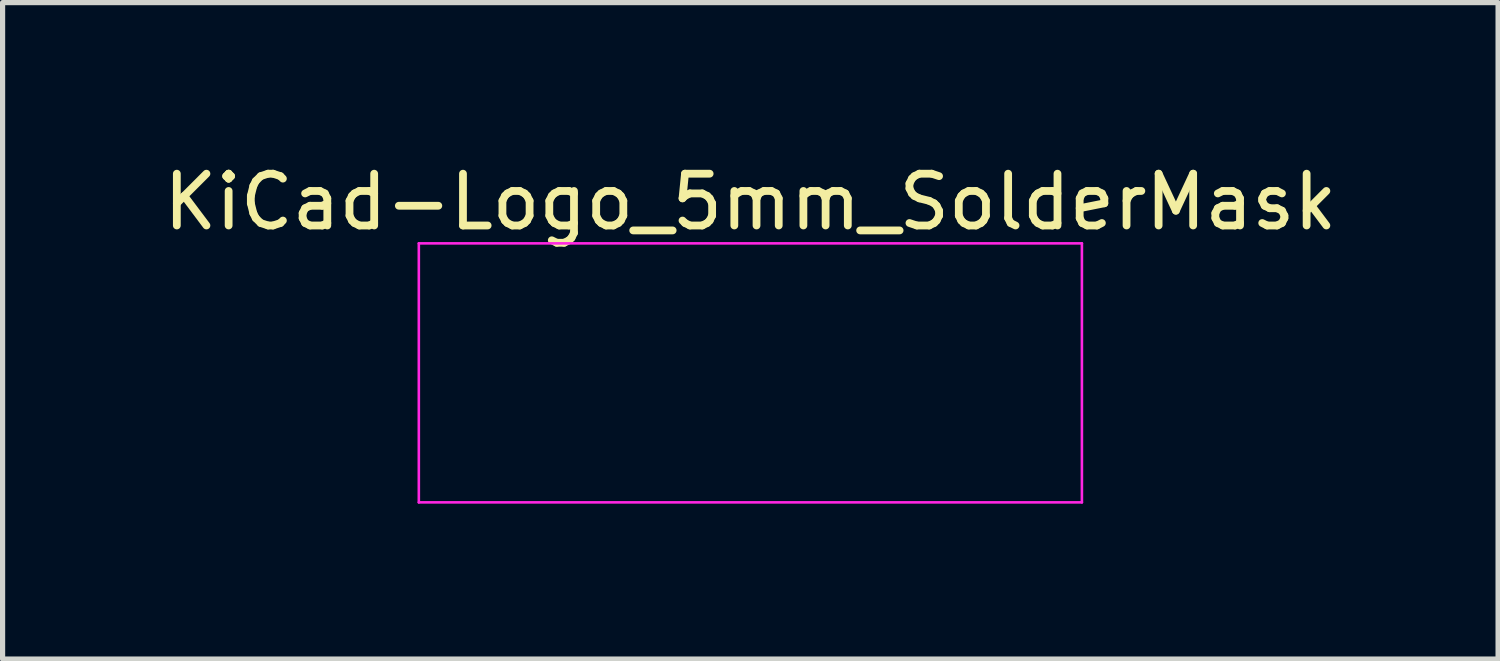
<source format=kicad_pcb>
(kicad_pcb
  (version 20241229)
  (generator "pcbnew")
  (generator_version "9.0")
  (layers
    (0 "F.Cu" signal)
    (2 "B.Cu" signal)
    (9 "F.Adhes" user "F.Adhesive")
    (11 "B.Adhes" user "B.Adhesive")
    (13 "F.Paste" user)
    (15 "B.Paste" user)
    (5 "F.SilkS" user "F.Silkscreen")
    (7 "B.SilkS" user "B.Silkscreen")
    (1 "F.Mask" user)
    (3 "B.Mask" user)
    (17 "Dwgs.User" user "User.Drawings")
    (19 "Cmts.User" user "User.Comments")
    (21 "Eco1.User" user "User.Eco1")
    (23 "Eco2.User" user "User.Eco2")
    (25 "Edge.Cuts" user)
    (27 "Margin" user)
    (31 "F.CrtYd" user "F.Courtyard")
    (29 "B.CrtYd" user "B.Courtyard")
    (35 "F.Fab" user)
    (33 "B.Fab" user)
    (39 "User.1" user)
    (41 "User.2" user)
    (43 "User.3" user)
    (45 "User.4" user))
  (footprint "KiCad-Logo_5mm_SolderMask"
    (layer "F.Cu")
    (at 11.435 4.648)
    (property "Reference" "KiCad-Logo_5mm_SolderMask" (at 0 -3.8 0) (layer "F.SilkS") (effects (font (size 1 1) (thickness 0.15))))
    (attr exclude_from_pos_files exclude_from_bom)
    (fp_poly (pts (xy -2.273 -2.973) (xy -2.177 -2.949) (xy -2.09 -2.906) (xy -2.015 -2.847) (xy -1.954 -2.772) (xy -1.909 -2.683) (xy -1.883 -2.586) (xy -1.877 -2.489) (xy -1.892 -2.395) (xy -1.926 -2.307) (xy -1.977 -2.228) (xy -2.042 -2.16) (xy -2.121 -2.106) (xy -2.212 -2.068) (xy -2.263 -2.056) (xy -2.308 -2.048) (xy -2.342 -2.045) (xy -2.375 -2.047) (xy -2.415 -2.054) (xy -2.449 -2.061) (xy -2.542 -2.092) (xy -2.626 -2.143) (xy -2.698 -2.213) (xy -2.756 -2.298) (xy -2.77 -2.326) (xy -2.787 -2.362) (xy -2.797 -2.392) (xy -2.802 -2.425) (xy -2.805 -2.466) (xy -2.805 -2.512) (xy -2.801 -2.596) (xy -2.787 -2.665) (xy -2.762 -2.726) (xy -2.723 -2.784) (xy -2.684 -2.829) (xy -2.612 -2.895) (xy -2.537 -2.94) (xy -2.455 -2.967) (xy -2.377 -2.977) (xy -2.273 -2.973)) (stroke (width 0.01) (type solid)) (fill yes) (layer "F.Mask"))
    (fp_poly (pts (xy 0.328 -2.051) (xy 0.489 -2.03) (xy 0.653 -1.99) (xy 0.822 -1.93) (xy 1 -1.851) (xy 1.011 -1.845) (xy 1.069 -1.817) (xy 1.121 -1.793) (xy 1.162 -1.775) (xy 1.19 -1.764) (xy 1.2 -1.761) (xy 1.219 -1.756) (xy 1.224 -1.752) (xy 1.218 -1.741) (xy 1.202 -1.715) (xy 1.177 -1.676) (xy 1.145 -1.626) (xy 1.107 -1.569) (xy 1.066 -1.507) (xy 1.023 -1.442) (xy 0.98 -1.379) (xy 0.939 -1.319) (xy 0.902 -1.265) (xy 0.871 -1.22) (xy 0.847 -1.186) (xy 0.832 -1.167) (xy 0.83 -1.165) (xy 0.82 -1.17) (xy 0.798 -1.187) (xy 0.767 -1.214) (xy 0.752 -1.228) (xy 0.655 -1.303) (xy 0.548 -1.359) (xy 0.433 -1.394) (xy 0.31 -1.408) (xy 0.241 -1.407) (xy 0.119 -1.39) (xy 0.01 -1.354) (xy -0.087 -1.299) (xy -0.174 -1.225) (xy -0.249 -1.131) (xy -0.314 -1.018) (xy -0.351 -0.931) (xy -0.395 -0.796) (xy -0.428 -0.648) (xy -0.448 -0.493) (xy -0.458 -0.333) (xy -0.456 -0.173) (xy -0.443 -0.016) (xy -0.419 0.133) (xy -0.384 0.271) (xy -0.338 0.395) (xy -0.322 0.429) (xy -0.253 0.543) (xy -0.173 0.64) (xy -0.081 0.718) (xy 0.02 0.777) (xy 0.13 0.816) (xy 0.247 0.834) (xy 0.289 0.835) (xy 0.41 0.824) (xy 0.531 0.791) (xy 0.649 0.737) (xy 0.762 0.663) (xy 0.854 0.585) (xy 0.9 0.54) (xy 1.081 0.837) (xy 1.127 0.911) (xy 1.168 0.98) (xy 1.204 1.039) (xy 1.233 1.088) (xy 1.254 1.124) (xy 1.265 1.144) (xy 1.266 1.147) (xy 1.258 1.157) (xy 1.233 1.174) (xy 1.193 1.197) (xy 1.142 1.225) (xy 1.084 1.255) (xy 1.021 1.287) (xy 0.958 1.318) (xy 0.896 1.346) (xy 0.839 1.371) (xy 0.791 1.391) (xy 0.768 1.399) (xy 0.634 1.437) (xy 0.496 1.462) (xy 0.349 1.475) (xy 0.222 1.477) (xy 0.154 1.476) (xy 0.088 1.474) (xy 0.031 1.471) (xy -0.013 1.468) (xy -0.027 1.466) (xy -0.166 1.438) (xy -0.307 1.392) (xy -0.445 1.334) (xy -0.572 1.264) (xy -0.649 1.211) (xy -0.777 1.103) (xy -0.895 0.977) (xy -1.002 0.835) (xy -1.095 0.681) (xy -1.173 0.518) (xy -1.217 0.401) (xy -1.267 0.217) (xy -1.301 0.023) (xy -1.318 -0.179) (xy -1.318 -0.382) (xy -1.301 -0.584) (xy -1.268 -0.781) (xy -1.217 -0.967) (xy -1.214 -0.978) (xy -1.151 -1.14) (xy -1.074 -1.288) (xy -0.981 -1.426) (xy -0.868 -1.558) (xy -0.825 -1.604) (xy -0.688 -1.728) (xy -0.549 -1.83) (xy -0.403 -1.912) (xy -0.249 -1.975) (xy -0.084 -2.02) (xy 0.011 -2.038) (xy 0.17 -2.054) (xy 0.328 -2.051)) (stroke (width 0.01) (type solid)) (fill yes) (layer "F.Mask"))
    (fp_poly (pts (xy 6.187 -0.528) (xy 6.187 -0.293) (xy 6.187 -0.08) (xy 6.187 0.112) (xy 6.187 0.285) (xy 6.187 0.441) (xy 6.188 0.579) (xy 6.188 0.701) (xy 6.189 0.808) (xy 6.19 0.901) (xy 6.192 0.982) (xy 6.194 1.051) (xy 6.196 1.11) (xy 6.198 1.159) (xy 6.202 1.2) (xy 6.205 1.234) (xy 6.21 1.262) (xy 6.214 1.285) (xy 6.22 1.304) (xy 6.226 1.321) (xy 6.233 1.335) (xy 6.24 1.349) (xy 6.249 1.364) (xy 6.254 1.373) (xy 6.288 1.434) (xy 5.43 1.434) (xy 5.43 1.338) (xy 5.429 1.294) (xy 5.427 1.261) (xy 5.424 1.243) (xy 5.423 1.242) (xy 5.412 1.249) (xy 5.389 1.267) (xy 5.366 1.286) (xy 5.312 1.327) (xy 5.242 1.368) (xy 5.165 1.405) (xy 5.088 1.435) (xy 5.057 1.445) (xy 4.989 1.46) (xy 4.906 1.47) (xy 4.816 1.475) (xy 4.728 1.474) (xy 4.649 1.469) (xy 4.612 1.463) (xy 4.473 1.425) (xy 4.346 1.367) (xy 4.23 1.29) (xy 4.127 1.195) (xy 4.036 1.081) (xy 3.969 0.97) (xy 3.914 0.854) (xy 3.872 0.734) (xy 3.842 0.608) (xy 3.823 0.472) (xy 3.815 0.32) (xy 3.814 0.243) (xy 3.816 0.186) (xy 4.645 0.186) (xy 4.645 0.279) (xy 4.648 0.367) (xy 4.654 0.444) (xy 4.662 0.505) (xy 4.665 0.517) (xy 4.697 0.625) (xy 4.738 0.712) (xy 4.79 0.779) (xy 4.853 0.826) (xy 4.926 0.853) (xy 5.011 0.862) (xy 5.107 0.851) (xy 5.17 0.835) (xy 5.219 0.817) (xy 5.274 0.791) (xy 5.314 0.767) (xy 5.385 0.721) (xy 5.385 -0.429) (xy 5.317 -0.473) (xy 5.239 -0.514) (xy 5.155 -0.541) (xy 5.07 -0.553) (xy 4.988 -0.549) (xy 4.915 -0.53) (xy 4.883 -0.515) (xy 4.826 -0.472) (xy 4.777 -0.415) (xy 4.735 -0.342) (xy 4.701 -0.252) (xy 4.672 -0.141) (xy 4.671 -0.135) (xy 4.66 -0.073) (xy 4.653 0.005) (xy 4.648 0.093) (xy 4.645 0.186) (xy 3.816 0.186) (xy 3.822 0.03) (xy 3.844 -0.166) (xy 3.88 -0.345) (xy 3.93 -0.506) (xy 3.994 -0.65) (xy 4.071 -0.777) (xy 4.163 -0.886) (xy 4.268 -0.977) (xy 4.314 -1.008) (xy 4.415 -1.064) (xy 4.518 -1.104) (xy 4.628 -1.128) (xy 4.749 -1.138) (xy 4.842 -1.137) (xy 4.971 -1.126) (xy 5.084 -1.104) (xy 5.183 -1.07) (xy 5.271 -1.024) (xy 5.32 -0.99) (xy 5.349 -0.968) (xy 5.371 -0.953) (xy 5.379 -0.948) (xy 5.381 -0.959) (xy 5.382 -0.99) (xy 5.383 -1.037) (xy 5.384 -1.1) (xy 5.384 -1.173) (xy 5.384 -1.256) (xy 5.384 -1.344) (xy 5.384 -1.436) (xy 5.383 -1.528) (xy 5.382 -1.618) (xy 5.381 -1.704) (xy 5.38 -1.781) (xy 5.379 -1.848) (xy 5.377 -1.902) (xy 5.375 -1.94) (xy 5.375 -1.947) (xy 5.367 -2.018) (xy 5.356 -2.073) (xy 5.338 -2.12) (xy 5.312 -2.166) (xy 5.305 -2.176) (xy 5.281 -2.213) (xy 6.186 -2.213) (xy 6.187 -0.528)) (stroke (width 0.01) (type solid)) (fill yes) (layer "F.Mask"))
    (fp_poly (pts (xy 2.674 -1.133) (xy 2.825 -1.113) (xy 2.961 -1.08) (xy 3.08 -1.032) (xy 3.185 -0.971) (xy 3.262 -0.907) (xy 3.331 -0.833) (xy 3.385 -0.753) (xy 3.428 -0.661) (xy 3.443 -0.618) (xy 3.456 -0.579) (xy 3.467 -0.543) (xy 3.477 -0.508) (xy 3.485 -0.472) (xy 3.492 -0.433) (xy 3.498 -0.39) (xy 3.503 -0.34) (xy 3.507 -0.283) (xy 3.51 -0.215) (xy 3.513 -0.136) (xy 3.515 -0.043) (xy 3.517 0.066) (xy 3.518 0.192) (xy 3.52 0.337) (xy 3.521 0.48) (xy 3.522 0.636) (xy 3.524 0.771) (xy 3.525 0.887) (xy 3.526 0.986) (xy 3.528 1.068) (xy 3.53 1.136) (xy 3.532 1.192) (xy 3.535 1.236) (xy 3.539 1.271) (xy 3.544 1.299) (xy 3.55 1.321) (xy 3.557 1.338) (xy 3.565 1.352) (xy 3.574 1.366) (xy 3.585 1.38) (xy 3.59 1.385) (xy 3.605 1.408) (xy 3.612 1.423) (xy 3.612 1.424) (xy 3.602 1.426) (xy 3.571 1.428) (xy 3.522 1.43) (xy 3.458 1.431) (xy 3.382 1.433) (xy 3.295 1.433) (xy 3.2 1.434) (xy 3.19 1.434) (xy 2.767 1.434) (xy 2.763 1.338) (xy 2.76 1.242) (xy 2.698 1.293) (xy 2.601 1.36) (xy 2.491 1.415) (xy 2.404 1.445) (xy 2.335 1.46) (xy 2.252 1.47) (xy 2.162 1.475) (xy 2.074 1.474) (xy 1.995 1.468) (xy 1.959 1.463) (xy 1.819 1.425) (xy 1.692 1.37) (xy 1.58 1.299) (xy 1.484 1.213) (xy 1.404 1.112) (xy 1.341 0.997) (xy 1.296 0.871) (xy 1.284 0.814) (xy 1.276 0.752) (xy 1.273 0.677) (xy 1.272 0.643) (xy 1.272 0.64) (xy 2.032 0.64) (xy 2.042 0.715) (xy 2.07 0.779) (xy 2.118 0.835) (xy 2.123 0.839) (xy 2.172 0.874) (xy 2.223 0.897) (xy 2.284 0.909) (xy 2.359 0.911) (xy 2.377 0.911) (xy 2.431 0.908) (xy 2.471 0.903) (xy 2.506 0.893) (xy 2.545 0.876) (xy 2.556 0.871) (xy 2.616 0.835) (xy 2.663 0.792) (xy 2.676 0.777) (xy 2.721 0.72) (xy 2.721 0.525) (xy 2.72 0.446) (xy 2.718 0.388) (xy 2.715 0.349) (xy 2.711 0.327) (xy 2.707 0.32) (xy 2.691 0.317) (xy 2.657 0.314) (xy 2.61 0.313) (xy 2.555 0.312) (xy 2.546 0.312) (xy 2.425 0.317) (xy 2.323 0.333) (xy 2.236 0.361) (xy 2.164 0.401) (xy 2.109 0.448) (xy 2.064 0.506) (xy 2.039 0.569) (xy 2.032 0.64) (xy 1.272 0.64) (xy 1.274 0.55) (xy 1.283 0.471) (xy 1.299 0.4) (xy 1.324 0.329) (xy 1.348 0.276) (xy 1.407 0.181) (xy 1.485 0.093) (xy 1.58 0.014) (xy 1.69 -0.055) (xy 1.813 -0.111) (xy 1.945 -0.154) (xy 2.009 -0.169) (xy 2.146 -0.191) (xy 2.294 -0.206) (xy 2.446 -0.212) (xy 2.572 -0.211) (xy 2.734 -0.204) (xy 2.727 -0.263) (xy 2.707 -0.362) (xy 2.676 -0.443) (xy 2.632 -0.506) (xy 2.575 -0.551) (xy 2.503 -0.58) (xy 2.416 -0.594) (xy 2.313 -0.591) (xy 2.275 -0.587) (xy 2.134 -0.562) (xy 1.997 -0.521) (xy 1.902 -0.483) (xy 1.857 -0.464) (xy 1.819 -0.448) (xy 1.792 -0.439) (xy 1.785 -0.437) (xy 1.775 -0.446) (xy 1.758 -0.475) (xy 1.734 -0.524) (xy 1.703 -0.594) (xy 1.665 -0.684) (xy 1.658 -0.7) (xy 1.628 -0.772) (xy 1.601 -0.838) (xy 1.578 -0.893) (xy 1.561 -0.936) (xy 1.55 -0.963) (xy 1.547 -0.972) (xy 1.557 -0.977) (xy 1.583 -0.982) (xy 1.611 -0.986) (xy 1.642 -0.991) (xy 1.689 -1) (xy 1.751 -1.013) (xy 1.821 -1.029) (xy 1.896 -1.047) (xy 1.925 -1.054) (xy 2.03 -1.08) (xy 2.117 -1.1) (xy 2.192 -1.115) (xy 2.258 -1.126) (xy 2.319 -1.133) (xy 2.381 -1.138) (xy 2.446 -1.14) (xy 2.504 -1.14) (xy 2.674 -1.133)) (stroke (width 0.01) (type solid)) (fill yes) (layer "F.Mask"))
    (fp_poly (pts (xy -2.946 -2.511) (xy -2.936 -2.397) (xy -2.904 -2.289) (xy -2.853 -2.19) (xy -2.784 -2.102) (xy -2.699 -2.027) (xy -2.602 -1.97) (xy -2.496 -1.93) (xy -2.389 -1.911) (xy -2.283 -1.913) (xy -2.181 -1.932) (xy -2.085 -1.969) (xy -1.996 -2.021) (xy -1.917 -2.087) (xy -1.849 -2.167) (xy -1.796 -2.258) (xy -1.759 -2.359) (xy -1.74 -2.47) (xy -1.738 -2.52) (xy -1.738 -2.608) (xy -1.687 -2.608) (xy -1.65 -2.605) (xy -1.623 -2.593) (xy -1.596 -2.569) (xy -1.558 -2.531) (xy -1.558 -0.339) (xy -1.558 -0.077) (xy -1.558 0.163) (xy -1.558 0.383) (xy -1.558 0.583) (xy -1.558 0.764) (xy -1.558 0.928) (xy -1.559 1.074) (xy -1.559 1.205) (xy -1.559 1.32) (xy -1.56 1.421) (xy -1.561 1.509) (xy -1.561 1.585) (xy -1.562 1.65) (xy -1.563 1.704) (xy -1.564 1.749) (xy -1.565 1.786) (xy -1.567 1.815) (xy -1.568 1.837) (xy -1.57 1.854) (xy -1.572 1.866) (xy -1.574 1.874) (xy -1.576 1.88) (xy -1.577 1.882) (xy -1.581 1.889) (xy -1.585 1.895) (xy -1.589 1.901) (xy -1.594 1.906) (xy -1.601 1.911) (xy -1.611 1.916) (xy -1.625 1.92) (xy -1.645 1.923) (xy -1.669 1.926) (xy -1.701 1.929) (xy -1.741 1.931) (xy -1.789 1.934) (xy -1.846 1.935) (xy -1.914 1.937) (xy -1.994 1.938) (xy -2.085 1.939) (xy -2.19 1.94) (xy -2.309 1.94) (xy -2.443 1.941) (xy -2.593 1.941) (xy -2.76 1.941) (xy -2.945 1.942) (xy -3.149 1.942) (xy -3.372 1.942) (xy -3.616 1.941) (xy -3.881 1.941) (xy -3.92 1.941) (xy -4.187 1.941) (xy -4.432 1.941) (xy -4.657 1.941) (xy -4.861 1.941) (xy -5.047 1.941) (xy -5.215 1.941) (xy -5.366 1.94) (xy -5.501 1.94) (xy -5.62 1.939) (xy -5.725 1.939) (xy -5.817 1.938) (xy -5.896 1.938) (xy -5.964 1.937) (xy -6.021 1.936) (xy -6.069 1.935) (xy -6.107 1.933) (xy -6.138 1.932) (xy -6.162 1.931) (xy -6.18 1.929) (xy -6.192 1.927) (xy -6.201 1.925) (xy -6.205 1.923) (xy -6.214 1.92) (xy -6.221 1.917) (xy -6.229 1.915) (xy -6.235 1.911) (xy -6.241 1.906) (xy -6.246 1.897) (xy -6.251 1.885) (xy -6.255 1.869) (xy -6.259 1.846) (xy -6.262 1.818) (xy -6.265 1.781) (xy -6.268 1.737) (xy -6.27 1.683) (xy -6.271 1.618) (xy -6.273 1.543) (xy -6.274 1.455) (xy -6.275 1.354) (xy -6.276 1.239) (xy -6.276 1.11) (xy -6.276 0.964) (xy -6.277 0.802) (xy -6.277 0.621) (xy -6.277 0.422) (xy -6.277 0.204) (xy -6.277 -0.035) (xy -6.277 -0.296) (xy -6.277 -0.338) (xy -6.277 -0.601) (xy -6.277 -0.842) (xy -6.277 -1.063) (xy -6.277 -1.264) (xy -6.277 -1.446) (xy -6.276 -1.61) (xy -6.276 -1.757) (xy -6.276 -1.888) (xy -6.275 -1.998) (xy -5.972 -1.998) (xy -5.932 -1.94) (xy -5.921 -1.925) (xy -5.911 -1.911) (xy -5.902 -1.897) (xy -5.894 -1.883) (xy -5.887 -1.868) (xy -5.881 -1.849) (xy -5.875 -1.826) (xy -5.871 -1.798) (xy -5.867 -1.764) (xy -5.863 -1.722) (xy -5.861 -1.67) (xy -5.858 -1.609) (xy -5.857 -1.537) (xy -5.855 -1.452) (xy -5.855 -1.354) (xy -5.854 -1.24) (xy -5.853 -1.111) (xy -5.853 -0.965) (xy -5.853 -0.8) (xy -5.853 -0.616) (xy -5.853 -0.41) (xy -5.853 -0.288) (xy -5.853 -0.071) (xy -5.853 0.125) (xy -5.853 0.3) (xy -5.853 0.456) (xy -5.854 0.595) (xy -5.854 0.717) (xy -5.855 0.823) (xy -5.856 0.915) (xy -5.857 0.994) (xy -5.859 1.062) (xy -5.862 1.118) (xy -5.865 1.165) (xy -5.868 1.204) (xy -5.872 1.235) (xy -5.877 1.261) (xy -5.883 1.282) (xy -5.89 1.299) (xy -5.897 1.314) (xy -5.906 1.327) (xy -5.915 1.341) (xy -5.925 1.356) (xy -5.932 1.365) (xy -5.97 1.422) (xy -5.439 1.422) (xy -5.315 1.422) (xy -5.213 1.422) (xy -5.129 1.422) (xy -5.063 1.421) (xy -5.012 1.42) (xy -4.974 1.419) (xy -4.948 1.417) (xy -4.932 1.415) (xy -4.923 1.412) (xy -4.921 1.408) (xy -4.923 1.404) (xy -4.925 1.403) (xy -4.95 1.366) (xy -4.976 1.313) (xy -4.999 1.251) (xy -5.007 1.224) (xy -5.012 1.206) (xy -5.016 1.185) (xy -5.019 1.159) (xy -5.022 1.126) (xy -5.024 1.083) (xy -5.026 1.028) (xy -5.028 0.96) (xy -5.029 0.877) (xy -5.03 0.775) (xy -5.031 0.654) (xy -5.032 0.61) (xy -5.033 0.484) (xy -5.033 0.38) (xy -5.034 0.295) (xy -5.034 0.227) (xy -5.034 0.174) (xy -5.033 0.135) (xy -5.031 0.107) (xy -5.029 0.09) (xy -5.027 0.081) (xy -5.023 0.078) (xy -5.019 0.08) (xy -5.015 0.085) (xy -5.004 0.098) (xy -4.982 0.127) (xy -4.95 0.17) (xy -4.909 0.225) (xy -4.861 0.289) (xy -4.808 0.362) (xy -4.751 0.44) (xy -4.691 0.521) (xy -4.631 0.603) (xy -4.572 0.685) (xy -4.514 0.763) (xy -4.461 0.836) (xy -4.413 0.902) (xy -4.373 0.959) (xy -4.341 1.004) (xy -4.318 1.035) (xy -4.314 1.041) (xy -4.291 1.078) (xy -4.264 1.126) (xy -4.239 1.176) (xy -4.236 1.183) (xy -4.214 1.231) (xy -4.201 1.268) (xy -4.196 1.304) (xy -4.194 1.346) (xy -4.195 1.422) (xy -3.041 1.422) (xy -3.132 1.329) (xy -3.179 1.279) (xy -3.229 1.222) (xy -3.275 1.168) (xy -3.295 1.143) (xy -3.326 1.103) (xy -3.366 1.05) (xy -3.414 0.985) (xy -3.47 0.909) (xy -3.532 0.825) (xy -3.599 0.733) (xy -3.669 0.636) (xy -3.743 0.535) (xy -3.817 0.432) (xy -3.892 0.328) (xy -3.966 0.225) (xy -4.038 0.125) (xy -4.106 0.029) (xy -4.17 -0.061) (xy -4.229 -0.144) (xy -4.28 -0.218) (xy -4.324 -0.28) (xy -4.359 -0.33) (xy -4.383 -0.367) (xy -4.396 -0.387) (xy -4.398 -0.391) (xy -4.39 -0.403) (xy -4.369 -0.43) (xy -4.337 -0.471) (xy -4.294 -0.525) (xy -4.243 -0.589) (xy -4.185 -0.663) (xy -4.12 -0.744) (xy -4.051 -0.831) (xy -3.979 -0.921) (xy -3.904 -1.014) (xy -3.845 -1.088) (xy -2.834 -1.088) (xy -2.828 -1.075) (xy -2.813 -1.053) (xy -2.812 -1.052) (xy -2.793 -1.021) (xy -2.774 -0.985) (xy -2.77 -0.976) (xy -2.766 -0.968) (xy -2.763 -0.958) (xy -2.76 -0.945) (xy -2.758 -0.927) (xy -2.756 -0.904) (xy -2.754 -0.873) (xy -2.753 -0.833) (xy -2.751 -0.784) (xy -2.75 -0.723) (xy -2.749 -0.649) (xy -2.749 -0.561) (xy -2.748 -0.457) (xy -2.747 -0.337) (xy -2.747 -0.198) (xy -2.746 -0.039) (xy -2.746 0.14) (xy -2.745 0.325) (xy -2.745 0.489) (xy -2.745 0.633) (xy -2.744 0.759) (xy -2.745 0.868) (xy -2.745 0.961) (xy -2.747 1.04) (xy -2.748 1.106) (xy -2.75 1.161) (xy -2.753 1.206) (xy -2.757 1.242) (xy -2.761 1.271) (xy -2.766 1.295) (xy -2.772 1.313) (xy -2.779 1.329) (xy -2.787 1.344) (xy -2.797 1.358) (xy -2.805 1.37) (xy -2.822 1.396) (xy -2.832 1.414) (xy -2.834 1.417) (xy -2.823 1.418) (xy -2.791 1.419) (xy -2.742 1.42) (xy -2.677 1.421) (xy -2.599 1.422) (xy -2.51 1.422) (xy -2.411 1.422) (xy -2.342 1.422) (xy -2.237 1.422) (xy -2.141 1.422) (xy -2.054 1.421) (xy -1.98 1.419) (xy -1.921 1.418) (xy -1.879 1.416) (xy -1.855 1.414) (xy -1.851 1.412) (xy -1.859 1.398) (xy -1.867 1.39) (xy -1.88 1.372) (xy -1.897 1.342) (xy -1.909 1.318) (xy -1.936 1.259) (xy -1.939 0.082) (xy -1.942 -1.095) (xy -2.388 -1.095) (xy -2.486 -1.095) (xy -2.576 -1.094) (xy -2.657 -1.094) (xy -2.725 -1.093) (xy -2.779 -1.092) (xy -2.815 -1.09) (xy -2.833 -1.089) (xy -2.834 -1.088) (xy -3.845 -1.088) (xy -3.829 -1.107) (xy -3.755 -1.199) (xy -3.683 -1.289) (xy -3.615 -1.374) (xy -3.551 -1.452) (xy -3.494 -1.523) (xy -3.444 -1.584) (xy -3.403 -1.633) (xy -3.386 -1.654) (xy -3.3 -1.754) (xy -3.223 -1.838) (xy -3.154 -1.906) (xy -3.091 -1.96) (xy -3.082 -1.967) (xy -3.042 -1.998) (xy -4.174 -1.998) (xy -4.169 -1.95) (xy -4.172 -1.893) (xy -4.194 -1.825) (xy -4.234 -1.745) (xy -4.279 -1.673) (xy -4.295 -1.65) (xy -4.323 -1.612) (xy -4.361 -1.562) (xy -4.408 -1.501) (xy -4.462 -1.432) (xy -4.52 -1.356) (xy -4.582 -1.276) (xy -4.646 -1.194) (xy -4.71 -1.112) (xy -4.773 -1.032) (xy -4.832 -0.957) (xy -4.887 -0.888) (xy -4.935 -0.828) (xy -4.974 -0.778) (xy -5.004 -0.742) (xy -5.022 -0.72) (xy -5.025 -0.717) (xy -5.028 -0.725) (xy -5.03 -0.755) (xy -5.032 -0.807) (xy -5.033 -0.881) (xy -5.033 -0.977) (xy -5.033 -1.094) (xy -5.032 -1.214) (xy -5.03 -1.346) (xy -5.029 -1.457) (xy -5.027 -1.551) (xy -5.024 -1.629) (xy -5.021 -1.692) (xy -5.016 -1.745) (xy -5.009 -1.788) (xy -5.002 -1.823) (xy -4.992 -1.854) (xy -4.98 -1.882) (xy -4.965 -1.91) (xy -4.95 -1.935) (xy -4.912 -1.998) (xy -5.972 -1.998) (xy -6.275 -1.998) (xy -6.275 -2.004) (xy -6.274 -2.106) (xy -6.273 -2.195) (xy -6.272 -2.272) (xy -6.27 -2.337) (xy -6.269 -2.393) (xy -6.266 -2.438) (xy -6.264 -2.475) (xy -6.261 -2.505) (xy -6.258 -2.528) (xy -6.254 -2.546) (xy -6.25 -2.559) (xy -6.245 -2.568) (xy -6.24 -2.574) (xy -6.234 -2.579) (xy -6.228 -2.582) (xy -6.222 -2.586) (xy -6.216 -2.589) (xy -6.21 -2.592) (xy -6.202 -2.594) (xy -6.19 -2.596) (xy -6.173 -2.598) (xy -6.149 -2.6) (xy -6.118 -2.601) (xy -6.079 -2.602) (xy -6.03 -2.603) (xy -5.971 -2.604) (xy -5.899 -2.605) (xy -5.815 -2.606) (xy -5.718 -2.606) (xy -5.605 -2.607) (xy -5.476 -2.607) (xy -5.33 -2.607) (xy -5.166 -2.608) (xy -4.982 -2.608) (xy -4.778 -2.608) (xy -4.567 -2.608) (xy -2.946 -2.608) (xy -2.946 -2.511)) (stroke (width 0.01) (type solid)) (fill yes) (layer "F.Mask"))
    (fp_line (start -6.4 -3) (end 6.4 -3) (stroke (width 0.05) (type solid)) (layer "F.CrtYd"))
    (fp_line (start -6.4 2) (end -6.4 -3) (stroke (width 0.05) (type solid)) (layer "F.CrtYd"))
    (fp_line (start -6.4 2) (end 6.4 2) (stroke (width 0.05) (type solid)) (layer "F.CrtYd"))
    (fp_line (start 6.4 2) (end 6.4 -3) (stroke (width 0.05) (type solid)) (layer "F.CrtYd")))
  (gr_rect
    (start -3 -3)
    (end 25.869 9.673)
    (stroke (width 0.1) (type default))
    (fill no)
    (layer "Edge.Cuts")))
</source>
